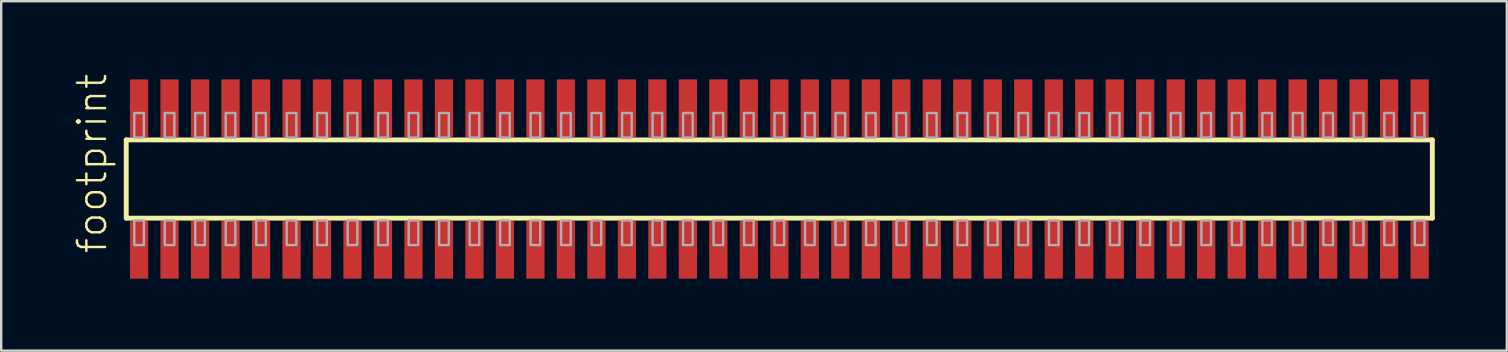
<source format=kicad_pcb>
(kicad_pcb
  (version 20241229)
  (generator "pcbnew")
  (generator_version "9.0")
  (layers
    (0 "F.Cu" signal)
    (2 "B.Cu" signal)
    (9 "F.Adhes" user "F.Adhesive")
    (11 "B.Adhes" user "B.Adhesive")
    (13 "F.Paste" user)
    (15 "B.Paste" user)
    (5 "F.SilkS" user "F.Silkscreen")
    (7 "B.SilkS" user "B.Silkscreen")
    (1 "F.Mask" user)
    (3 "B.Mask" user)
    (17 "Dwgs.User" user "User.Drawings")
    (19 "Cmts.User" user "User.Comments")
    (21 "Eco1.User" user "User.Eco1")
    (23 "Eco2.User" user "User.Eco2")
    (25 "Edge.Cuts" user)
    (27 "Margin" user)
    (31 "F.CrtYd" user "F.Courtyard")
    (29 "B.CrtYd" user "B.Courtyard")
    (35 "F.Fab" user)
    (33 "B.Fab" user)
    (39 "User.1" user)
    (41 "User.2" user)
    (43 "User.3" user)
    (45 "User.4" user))
  (footprint "footprint"
    (layer "F.Cu")
    (at 29.413 4.407)
    (property "Reference" "footprint" (at -27.94 3.175 90) (layer "F.SilkS") (effects (font (size 1.168 1.168) (thickness 0.102)) (justify left bottom)))
    (fp_line (start -27.205 -1.63) (end 27.2 -1.63) (stroke (width 0.203) (type solid)) (layer "F.SilkS"))
    (fp_line (start -27.205 1.63) (end -27.205 -1.63) (stroke (width 0.203) (type solid)) (layer "F.SilkS"))
    (fp_line (start 27.2 -1.63) (end 27.2 1.63) (stroke (width 0.203) (type solid)) (layer "F.SilkS"))
    (fp_line (start 27.2 1.63) (end -27.205 1.63) (stroke (width 0.203) (type solid)) (layer "F.SilkS"))
    (fp_poly (pts (xy -26.87 -1.725) (xy -26.47 -1.725) (xy -26.47 -2.75) (xy -26.87 -2.75)) (stroke (width 0.1) (type solid)) (fill no) (layer "F.Fab"))
    (fp_poly (pts (xy -26.47 1.725) (xy -26.87 1.725) (xy -26.87 2.75) (xy -26.47 2.75)) (stroke (width 0.1) (type solid)) (fill no) (layer "F.Fab"))
    (fp_poly (pts (xy -25.6 -1.725) (xy -25.2 -1.725) (xy -25.2 -2.75) (xy -25.6 -2.75)) (stroke (width 0.1) (type solid)) (fill no) (layer "F.Fab"))
    (fp_poly (pts (xy -25.2 1.725) (xy -25.6 1.725) (xy -25.6 2.75) (xy -25.2 2.75)) (stroke (width 0.1) (type solid)) (fill no) (layer "F.Fab"))
    (fp_poly (pts (xy -24.33 -1.725) (xy -23.93 -1.725) (xy -23.93 -2.75) (xy -24.33 -2.75)) (stroke (width 0.1) (type solid)) (fill no) (layer "F.Fab"))
    (fp_poly (pts (xy -23.93 1.725) (xy -24.33 1.725) (xy -24.33 2.75) (xy -23.93 2.75)) (stroke (width 0.1) (type solid)) (fill no) (layer "F.Fab"))
    (fp_poly (pts (xy -23.06 -1.725) (xy -22.66 -1.725) (xy -22.66 -2.75) (xy -23.06 -2.75)) (stroke (width 0.1) (type solid)) (fill no) (layer "F.Fab"))
    (fp_poly (pts (xy -22.66 1.725) (xy -23.06 1.725) (xy -23.06 2.75) (xy -22.66 2.75)) (stroke (width 0.1) (type solid)) (fill no) (layer "F.Fab"))
    (fp_poly (pts (xy -21.79 -1.725) (xy -21.39 -1.725) (xy -21.39 -2.75) (xy -21.79 -2.75)) (stroke (width 0.1) (type solid)) (fill no) (layer "F.Fab"))
    (fp_poly (pts (xy -21.39 1.725) (xy -21.79 1.725) (xy -21.79 2.75) (xy -21.39 2.75)) (stroke (width 0.1) (type solid)) (fill no) (layer "F.Fab"))
    (fp_poly (pts (xy -20.52 -1.725) (xy -20.12 -1.725) (xy -20.12 -2.75) (xy -20.52 -2.75)) (stroke (width 0.1) (type solid)) (fill no) (layer "F.Fab"))
    (fp_poly (pts (xy -20.12 1.725) (xy -20.52 1.725) (xy -20.52 2.75) (xy -20.12 2.75)) (stroke (width 0.1) (type solid)) (fill no) (layer "F.Fab"))
    (fp_poly (pts (xy -19.25 -1.725) (xy -18.85 -1.725) (xy -18.85 -2.75) (xy -19.25 -2.75)) (stroke (width 0.1) (type solid)) (fill no) (layer "F.Fab"))
    (fp_poly (pts (xy -18.85 1.725) (xy -19.25 1.725) (xy -19.25 2.75) (xy -18.85 2.75)) (stroke (width 0.1) (type solid)) (fill no) (layer "F.Fab"))
    (fp_poly (pts (xy -17.98 -1.725) (xy -17.58 -1.725) (xy -17.58 -2.75) (xy -17.98 -2.75)) (stroke (width 0.1) (type solid)) (fill no) (layer "F.Fab"))
    (fp_poly (pts (xy -17.58 1.725) (xy -17.98 1.725) (xy -17.98 2.75) (xy -17.58 2.75)) (stroke (width 0.1) (type solid)) (fill no) (layer "F.Fab"))
    (fp_poly (pts (xy -16.71 -1.725) (xy -16.31 -1.725) (xy -16.31 -2.75) (xy -16.71 -2.75)) (stroke (width 0.1) (type solid)) (fill no) (layer "F.Fab"))
    (fp_poly (pts (xy -16.31 1.725) (xy -16.71 1.725) (xy -16.71 2.75) (xy -16.31 2.75)) (stroke (width 0.1) (type solid)) (fill no) (layer "F.Fab"))
    (fp_poly (pts (xy -15.44 -1.725) (xy -15.04 -1.725) (xy -15.04 -2.75) (xy -15.44 -2.75)) (stroke (width 0.1) (type solid)) (fill no) (layer "F.Fab"))
    (fp_poly (pts (xy -15.04 1.725) (xy -15.44 1.725) (xy -15.44 2.75) (xy -15.04 2.75)) (stroke (width 0.1) (type solid)) (fill no) (layer "F.Fab"))
    (fp_poly (pts (xy -14.17 -1.725) (xy -13.77 -1.725) (xy -13.77 -2.75) (xy -14.17 -2.75)) (stroke (width 0.1) (type solid)) (fill no) (layer "F.Fab"))
    (fp_poly (pts (xy -13.77 1.725) (xy -14.17 1.725) (xy -14.17 2.75) (xy -13.77 2.75)) (stroke (width 0.1) (type solid)) (fill no) (layer "F.Fab"))
    (fp_poly (pts (xy -12.9 -1.725) (xy -12.5 -1.725) (xy -12.5 -2.75) (xy -12.9 -2.75)) (stroke (width 0.1) (type solid)) (fill no) (layer "F.Fab"))
    (fp_poly (pts (xy -12.5 1.725) (xy -12.9 1.725) (xy -12.9 2.75) (xy -12.5 2.75)) (stroke (width 0.1) (type solid)) (fill no) (layer "F.Fab"))
    (fp_poly (pts (xy -11.63 -1.725) (xy -11.23 -1.725) (xy -11.23 -2.75) (xy -11.63 -2.75)) (stroke (width 0.1) (type solid)) (fill no) (layer "F.Fab"))
    (fp_poly (pts (xy -11.23 1.725) (xy -11.63 1.725) (xy -11.63 2.75) (xy -11.23 2.75)) (stroke (width 0.1) (type solid)) (fill no) (layer "F.Fab"))
    (fp_poly (pts (xy -10.36 -1.725) (xy -9.96 -1.725) (xy -9.96 -2.75) (xy -10.36 -2.75)) (stroke (width 0.1) (type solid)) (fill no) (layer "F.Fab"))
    (fp_poly (pts (xy -9.96 1.725) (xy -10.36 1.725) (xy -10.36 2.75) (xy -9.96 2.75)) (stroke (width 0.1) (type solid)) (fill no) (layer "F.Fab"))
    (fp_poly (pts (xy -9.09 -1.725) (xy -8.69 -1.725) (xy -8.69 -2.75) (xy -9.09 -2.75)) (stroke (width 0.1) (type solid)) (fill no) (layer "F.Fab"))
    (fp_poly (pts (xy -8.69 1.725) (xy -9.09 1.725) (xy -9.09 2.75) (xy -8.69 2.75)) (stroke (width 0.1) (type solid)) (fill no) (layer "F.Fab"))
    (fp_poly (pts (xy -7.82 -1.725) (xy -7.42 -1.725) (xy -7.42 -2.75) (xy -7.82 -2.75)) (stroke (width 0.1) (type solid)) (fill no) (layer "F.Fab"))
    (fp_poly (pts (xy -7.42 1.725) (xy -7.82 1.725) (xy -7.82 2.75) (xy -7.42 2.75)) (stroke (width 0.1) (type solid)) (fill no) (layer "F.Fab"))
    (fp_poly (pts (xy -6.55 -1.725) (xy -6.15 -1.725) (xy -6.15 -2.75) (xy -6.55 -2.75)) (stroke (width 0.1) (type solid)) (fill no) (layer "F.Fab"))
    (fp_poly (pts (xy -6.15 1.725) (xy -6.55 1.725) (xy -6.55 2.75) (xy -6.15 2.75)) (stroke (width 0.1) (type solid)) (fill no) (layer "F.Fab"))
    (fp_poly (pts (xy -5.28 -1.725) (xy -4.88 -1.725) (xy -4.88 -2.75) (xy -5.28 -2.75)) (stroke (width 0.1) (type solid)) (fill no) (layer "F.Fab"))
    (fp_poly (pts (xy -4.88 1.725) (xy -5.28 1.725) (xy -5.28 2.75) (xy -4.88 2.75)) (stroke (width 0.1) (type solid)) (fill no) (layer "F.Fab"))
    (fp_poly (pts (xy -4.01 -1.725) (xy -3.61 -1.725) (xy -3.61 -2.75) (xy -4.01 -2.75)) (stroke (width 0.1) (type solid)) (fill no) (layer "F.Fab"))
    (fp_poly (pts (xy -3.61 1.725) (xy -4.01 1.725) (xy -4.01 2.75) (xy -3.61 2.75)) (stroke (width 0.1) (type solid)) (fill no) (layer "F.Fab"))
    (fp_poly (pts (xy -2.74 -1.725) (xy -2.34 -1.725) (xy -2.34 -2.75) (xy -2.74 -2.75)) (stroke (width 0.1) (type solid)) (fill no) (layer "F.Fab"))
    (fp_poly (pts (xy -2.34 1.725) (xy -2.74 1.725) (xy -2.74 2.75) (xy -2.34 2.75)) (stroke (width 0.1) (type solid)) (fill no) (layer "F.Fab"))
    (fp_poly (pts (xy -1.47 -1.725) (xy -1.07 -1.725) (xy -1.07 -2.75) (xy -1.47 -2.75)) (stroke (width 0.1) (type solid)) (fill no) (layer "F.Fab"))
    (fp_poly (pts (xy -1.07 1.725) (xy -1.47 1.725) (xy -1.47 2.75) (xy -1.07 2.75)) (stroke (width 0.1) (type solid)) (fill no) (layer "F.Fab"))
    (fp_poly (pts (xy -0.2 -1.725) (xy 0.2 -1.725) (xy 0.2 -2.75) (xy -0.2 -2.75)) (stroke (width 0.1) (type solid)) (fill no) (layer "F.Fab"))
    (fp_poly (pts (xy 0.2 1.725) (xy -0.2 1.725) (xy -0.2 2.75) (xy 0.2 2.75)) (stroke (width 0.1) (type solid)) (fill no) (layer "F.Fab"))
    (fp_poly (pts (xy 1.07 -1.725) (xy 1.47 -1.725) (xy 1.47 -2.75) (xy 1.07 -2.75)) (stroke (width 0.1) (type solid)) (fill no) (layer "F.Fab"))
    (fp_poly (pts (xy 1.47 1.725) (xy 1.07 1.725) (xy 1.07 2.75) (xy 1.47 2.75)) (stroke (width 0.1) (type solid)) (fill no) (layer "F.Fab"))
    (fp_poly (pts (xy 2.34 -1.725) (xy 2.74 -1.725) (xy 2.74 -2.75) (xy 2.34 -2.75)) (stroke (width 0.1) (type solid)) (fill no) (layer "F.Fab"))
    (fp_poly (pts (xy 2.74 1.725) (xy 2.34 1.725) (xy 2.34 2.75) (xy 2.74 2.75)) (stroke (width 0.1) (type solid)) (fill no) (layer "F.Fab"))
    (fp_poly (pts (xy 3.61 -1.725) (xy 4.01 -1.725) (xy 4.01 -2.75) (xy 3.61 -2.75)) (stroke (width 0.1) (type solid)) (fill no) (layer "F.Fab"))
    (fp_poly (pts (xy 4.01 1.725) (xy 3.61 1.725) (xy 3.61 2.75) (xy 4.01 2.75)) (stroke (width 0.1) (type solid)) (fill no) (layer "F.Fab"))
    (fp_poly (pts (xy 4.88 -1.725) (xy 5.28 -1.725) (xy 5.28 -2.75) (xy 4.88 -2.75)) (stroke (width 0.1) (type solid)) (fill no) (layer "F.Fab"))
    (fp_poly (pts (xy 5.28 1.725) (xy 4.88 1.725) (xy 4.88 2.75) (xy 5.28 2.75)) (stroke (width 0.1) (type solid)) (fill no) (layer "F.Fab"))
    (fp_poly (pts (xy 6.15 -1.725) (xy 6.55 -1.725) (xy 6.55 -2.75) (xy 6.15 -2.75)) (stroke (width 0.1) (type solid)) (fill no) (layer "F.Fab"))
    (fp_poly (pts (xy 6.55 1.725) (xy 6.15 1.725) (xy 6.15 2.75) (xy 6.55 2.75)) (stroke (width 0.1) (type solid)) (fill no) (layer "F.Fab"))
    (fp_poly (pts (xy 7.42 -1.725) (xy 7.82 -1.725) (xy 7.82 -2.75) (xy 7.42 -2.75)) (stroke (width 0.1) (type solid)) (fill no) (layer "F.Fab"))
    (fp_poly (pts (xy 7.82 1.725) (xy 7.42 1.725) (xy 7.42 2.75) (xy 7.82 2.75)) (stroke (width 0.1) (type solid)) (fill no) (layer "F.Fab"))
    (fp_poly (pts (xy 8.69 -1.725) (xy 9.09 -1.725) (xy 9.09 -2.75) (xy 8.69 -2.75)) (stroke (width 0.1) (type solid)) (fill no) (layer "F.Fab"))
    (fp_poly (pts (xy 9.09 1.725) (xy 8.69 1.725) (xy 8.69 2.75) (xy 9.09 2.75)) (stroke (width 0.1) (type solid)) (fill no) (layer "F.Fab"))
    (fp_poly (pts (xy 9.96 -1.725) (xy 10.36 -1.725) (xy 10.36 -2.75) (xy 9.96 -2.75)) (stroke (width 0.1) (type solid)) (fill no) (layer "F.Fab"))
    (fp_poly (pts (xy 10.36 1.725) (xy 9.96 1.725) (xy 9.96 2.75) (xy 10.36 2.75)) (stroke (width 0.1) (type solid)) (fill no) (layer "F.Fab"))
    (fp_poly (pts (xy 11.23 -1.725) (xy 11.63 -1.725) (xy 11.63 -2.75) (xy 11.23 -2.75)) (stroke (width 0.1) (type solid)) (fill no) (layer "F.Fab"))
    (fp_poly (pts (xy 11.63 1.725) (xy 11.23 1.725) (xy 11.23 2.75) (xy 11.63 2.75)) (stroke (width 0.1) (type solid)) (fill no) (layer "F.Fab"))
    (fp_poly (pts (xy 12.5 -1.725) (xy 12.9 -1.725) (xy 12.9 -2.75) (xy 12.5 -2.75)) (stroke (width 0.1) (type solid)) (fill no) (layer "F.Fab"))
    (fp_poly (pts (xy 12.9 1.725) (xy 12.5 1.725) (xy 12.5 2.75) (xy 12.9 2.75)) (stroke (width 0.1) (type solid)) (fill no) (layer "F.Fab"))
    (fp_poly (pts (xy 13.77 -1.725) (xy 14.17 -1.725) (xy 14.17 -2.75) (xy 13.77 -2.75)) (stroke (width 0.1) (type solid)) (fill no) (layer "F.Fab"))
    (fp_poly (pts (xy 14.17 1.725) (xy 13.77 1.725) (xy 13.77 2.75) (xy 14.17 2.75)) (stroke (width 0.1) (type solid)) (fill no) (layer "F.Fab"))
    (fp_poly (pts (xy 15.04 -1.725) (xy 15.44 -1.725) (xy 15.44 -2.75) (xy 15.04 -2.75)) (stroke (width 0.1) (type solid)) (fill no) (layer "F.Fab"))
    (fp_poly (pts (xy 15.44 1.725) (xy 15.04 1.725) (xy 15.04 2.75) (xy 15.44 2.75)) (stroke (width 0.1) (type solid)) (fill no) (layer "F.Fab"))
    (fp_poly (pts (xy 16.31 -1.725) (xy 16.71 -1.725) (xy 16.71 -2.75) (xy 16.31 -2.75)) (stroke (width 0.1) (type solid)) (fill no) (layer "F.Fab"))
    (fp_poly (pts (xy 16.71 1.725) (xy 16.31 1.725) (xy 16.31 2.75) (xy 16.71 2.75)) (stroke (width 0.1) (type solid)) (fill no) (layer "F.Fab"))
    (fp_poly (pts (xy 17.58 -1.725) (xy 17.98 -1.725) (xy 17.98 -2.75) (xy 17.58 -2.75)) (stroke (width 0.1) (type solid)) (fill no) (layer "F.Fab"))
    (fp_poly (pts (xy 17.98 1.725) (xy 17.58 1.725) (xy 17.58 2.75) (xy 17.98 2.75)) (stroke (width 0.1) (type solid)) (fill no) (layer "F.Fab"))
    (fp_poly (pts (xy 18.85 -1.725) (xy 19.25 -1.725) (xy 19.25 -2.75) (xy 18.85 -2.75)) (stroke (width 0.1) (type solid)) (fill no) (layer "F.Fab"))
    (fp_poly (pts (xy 19.25 1.725) (xy 18.85 1.725) (xy 18.85 2.75) (xy 19.25 2.75)) (stroke (width 0.1) (type solid)) (fill no) (layer "F.Fab"))
    (fp_poly (pts (xy 20.12 -1.725) (xy 20.52 -1.725) (xy 20.52 -2.75) (xy 20.12 -2.75)) (stroke (width 0.1) (type solid)) (fill no) (layer "F.Fab"))
    (fp_poly (pts (xy 20.52 1.725) (xy 20.12 1.725) (xy 20.12 2.75) (xy 20.52 2.75)) (stroke (width 0.1) (type solid)) (fill no) (layer "F.Fab"))
    (fp_poly (pts (xy 21.39 -1.725) (xy 21.79 -1.725) (xy 21.79 -2.75) (xy 21.39 -2.75)) (stroke (width 0.1) (type solid)) (fill no) (layer "F.Fab"))
    (fp_poly (pts (xy 21.79 1.725) (xy 21.39 1.725) (xy 21.39 2.75) (xy 21.79 2.75)) (stroke (width 0.1) (type solid)) (fill no) (layer "F.Fab"))
    (fp_poly (pts (xy 22.66 -1.725) (xy 23.06 -1.725) (xy 23.06 -2.75) (xy 22.66 -2.75)) (stroke (width 0.1) (type solid)) (fill no) (layer "F.Fab"))
    (fp_poly (pts (xy 23.06 1.725) (xy 22.66 1.725) (xy 22.66 2.75) (xy 23.06 2.75)) (stroke (width 0.1) (type solid)) (fill no) (layer "F.Fab"))
    (fp_poly (pts (xy 23.93 -1.725) (xy 24.33 -1.725) (xy 24.33 -2.75) (xy 23.93 -2.75)) (stroke (width 0.1) (type solid)) (fill no) (layer "F.Fab"))
    (fp_poly (pts (xy 24.33 1.725) (xy 23.93 1.725) (xy 23.93 2.75) (xy 24.33 2.75)) (stroke (width 0.1) (type solid)) (fill no) (layer "F.Fab"))
    (fp_poly (pts (xy 25.2 -1.725) (xy 25.6 -1.725) (xy 25.6 -2.75) (xy 25.2 -2.75)) (stroke (width 0.1) (type solid)) (fill no) (layer "F.Fab"))
    (fp_poly (pts (xy 25.6 1.725) (xy 25.2 1.725) (xy 25.2 2.75) (xy 25.6 2.75)) (stroke (width 0.1) (type solid)) (fill no) (layer "F.Fab"))
    (fp_poly (pts (xy 26.47 -1.725) (xy 26.87 -1.725) (xy 26.87 -2.75) (xy 26.47 -2.75)) (stroke (width 0.1) (type solid)) (fill no) (layer "F.Fab"))
    (fp_poly (pts (xy 26.87 1.725) (xy 26.47 1.725) (xy 26.47 2.75) (xy 26.87 2.75)) (stroke (width 0.1) (type solid)) (fill no) (layer "F.Fab"))
    (pad "1" smd rect (at -26.67 2.95) (size 0.76 2.4) (layers "F.Cu" "F.Mask" "F.Paste"))
    (pad "2" smd rect (at -26.67 -2.95) (size 0.76 2.4) (layers "F.Cu" "F.Mask" "F.Paste"))
    (pad "3" smd rect (at -25.4 2.95) (size 0.76 2.4) (layers "F.Cu" "F.Mask" "F.Paste"))
    (pad "4" smd rect (at -25.4 -2.95) (size 0.76 2.4) (layers "F.Cu" "F.Mask" "F.Paste"))
    (pad "5" smd rect (at -24.13 2.95) (size 0.76 2.4) (layers "F.Cu" "F.Mask" "F.Paste"))
    (pad "6" smd rect (at -24.13 -2.95) (size 0.76 2.4) (layers "F.Cu" "F.Mask" "F.Paste"))
    (pad "7" smd rect (at -22.86 2.95) (size 0.76 2.4) (layers "F.Cu" "F.Mask" "F.Paste"))
    (pad "8" smd rect (at -22.86 -2.95) (size 0.76 2.4) (layers "F.Cu" "F.Mask" "F.Paste"))
    (pad "9" smd rect (at -21.59 2.95) (size 0.76 2.4) (layers "F.Cu" "F.Mask" "F.Paste"))
    (pad "10" smd rect (at -21.59 -2.95) (size 0.76 2.4) (layers "F.Cu" "F.Mask" "F.Paste"))
    (pad "11" smd rect (at -20.32 2.95) (size 0.76 2.4) (layers "F.Cu" "F.Mask" "F.Paste"))
    (pad "12" smd rect (at -20.32 -2.95) (size 0.76 2.4) (layers "F.Cu" "F.Mask" "F.Paste"))
    (pad "13" smd rect (at -19.05 2.95) (size 0.76 2.4) (layers "F.Cu" "F.Mask" "F.Paste"))
    (pad "14" smd rect (at -19.05 -2.95) (size 0.76 2.4) (layers "F.Cu" "F.Mask" "F.Paste"))
    (pad "15" smd rect (at -17.78 2.95) (size 0.76 2.4) (layers "F.Cu" "F.Mask" "F.Paste"))
    (pad "16" smd rect (at -17.78 -2.95) (size 0.76 2.4) (layers "F.Cu" "F.Mask" "F.Paste"))
    (pad "17" smd rect (at -16.51 2.95) (size 0.76 2.4) (layers "F.Cu" "F.Mask" "F.Paste"))
    (pad "18" smd rect (at -16.51 -2.95) (size 0.76 2.4) (layers "F.Cu" "F.Mask" "F.Paste"))
    (pad "19" smd rect (at -15.24 2.95) (size 0.76 2.4) (layers "F.Cu" "F.Mask" "F.Paste"))
    (pad "20" smd rect (at -15.24 -2.95) (size 0.76 2.4) (layers "F.Cu" "F.Mask" "F.Paste"))
    (pad "21" smd rect (at -13.97 2.95) (size 0.76 2.4) (layers "F.Cu" "F.Mask" "F.Paste"))
    (pad "22" smd rect (at -13.97 -2.95) (size 0.76 2.4) (layers "F.Cu" "F.Mask" "F.Paste"))
    (pad "23" smd rect (at -12.7 2.95) (size 0.76 2.4) (layers "F.Cu" "F.Mask" "F.Paste"))
    (pad "24" smd rect (at -12.7 -2.95) (size 0.76 2.4) (layers "F.Cu" "F.Mask" "F.Paste"))
    (pad "25" smd rect (at -11.43 2.95) (size 0.76 2.4) (layers "F.Cu" "F.Mask" "F.Paste"))
    (pad "26" smd rect (at -11.43 -2.95) (size 0.76 2.4) (layers "F.Cu" "F.Mask" "F.Paste"))
    (pad "27" smd rect (at -10.16 2.95) (size 0.76 2.4) (layers "F.Cu" "F.Mask" "F.Paste"))
    (pad "28" smd rect (at -10.16 -2.95) (size 0.76 2.4) (layers "F.Cu" "F.Mask" "F.Paste"))
    (pad "29" smd rect (at -8.89 2.95) (size 0.76 2.4) (layers "F.Cu" "F.Mask" "F.Paste"))
    (pad "30" smd rect (at -8.89 -2.95) (size 0.76 2.4) (layers "F.Cu" "F.Mask" "F.Paste"))
    (pad "31" smd rect (at -7.62 2.95) (size 0.76 2.4) (layers "F.Cu" "F.Mask" "F.Paste"))
    (pad "32" smd rect (at -7.62 -2.95) (size 0.76 2.4) (layers "F.Cu" "F.Mask" "F.Paste"))
    (pad "33" smd rect (at -6.35 2.95) (size 0.76 2.4) (layers "F.Cu" "F.Mask" "F.Paste"))
    (pad "34" smd rect (at -6.35 -2.95) (size 0.76 2.4) (layers "F.Cu" "F.Mask" "F.Paste"))
    (pad "35" smd rect (at -5.08 2.95) (size 0.76 2.4) (layers "F.Cu" "F.Mask" "F.Paste"))
    (pad "36" smd rect (at -5.08 -2.95) (size 0.76 2.4) (layers "F.Cu" "F.Mask" "F.Paste"))
    (pad "37" smd rect (at -3.81 2.95) (size 0.76 2.4) (layers "F.Cu" "F.Mask" "F.Paste"))
    (pad "38" smd rect (at -3.81 -2.95) (size 0.76 2.4) (layers "F.Cu" "F.Mask" "F.Paste"))
    (pad "39" smd rect (at -2.54 2.95) (size 0.76 2.4) (layers "F.Cu" "F.Mask" "F.Paste"))
    (pad "40" smd rect (at -2.54 -2.95) (size 0.76 2.4) (layers "F.Cu" "F.Mask" "F.Paste"))
    (pad "41" smd rect (at -1.27 2.95) (size 0.76 2.4) (layers "F.Cu" "F.Mask" "F.Paste"))
    (pad "42" smd rect (at -1.27 -2.95) (size 0.76 2.4) (layers "F.Cu" "F.Mask" "F.Paste"))
    (pad "43" smd rect (at 0 2.95) (size 0.76 2.4) (layers "F.Cu" "F.Mask" "F.Paste"))
    (pad "44" smd rect (at 0 -2.95) (size 0.76 2.4) (layers "F.Cu" "F.Mask" "F.Paste"))
    (pad "45" smd rect (at 1.27 2.95) (size 0.76 2.4) (layers "F.Cu" "F.Mask" "F.Paste"))
    (pad "46" smd rect (at 1.27 -2.95) (size 0.76 2.4) (layers "F.Cu" "F.Mask" "F.Paste"))
    (pad "47" smd rect (at 2.54 2.95) (size 0.76 2.4) (layers "F.Cu" "F.Mask" "F.Paste"))
    (pad "48" smd rect (at 2.54 -2.95) (size 0.76 2.4) (layers "F.Cu" "F.Mask" "F.Paste"))
    (pad "49" smd rect (at 3.81 2.95) (size 0.76 2.4) (layers "F.Cu" "F.Mask" "F.Paste"))
    (pad "50" smd rect (at 3.81 -2.95) (size 0.76 2.4) (layers "F.Cu" "F.Mask" "F.Paste"))
    (pad "51" smd rect (at 5.08 2.95) (size 0.76 2.4) (layers "F.Cu" "F.Mask" "F.Paste"))
    (pad "52" smd rect (at 5.08 -2.95) (size 0.76 2.4) (layers "F.Cu" "F.Mask" "F.Paste"))
    (pad "53" smd rect (at 6.35 2.95) (size 0.76 2.4) (layers "F.Cu" "F.Mask" "F.Paste"))
    (pad "54" smd rect (at 6.35 -2.95) (size 0.76 2.4) (layers "F.Cu" "F.Mask" "F.Paste"))
    (pad "55" smd rect (at 7.62 2.95) (size 0.76 2.4) (layers "F.Cu" "F.Mask" "F.Paste"))
    (pad "56" smd rect (at 7.62 -2.95) (size 0.76 2.4) (layers "F.Cu" "F.Mask" "F.Paste"))
    (pad "57" smd rect (at 8.89 2.95) (size 0.76 2.4) (layers "F.Cu" "F.Mask" "F.Paste"))
    (pad "58" smd rect (at 8.89 -2.95) (size 0.76 2.4) (layers "F.Cu" "F.Mask" "F.Paste"))
    (pad "59" smd rect (at 10.16 2.95) (size 0.76 2.4) (layers "F.Cu" "F.Mask" "F.Paste"))
    (pad "60" smd rect (at 10.16 -2.95) (size 0.76 2.4) (layers "F.Cu" "F.Mask" "F.Paste"))
    (pad "61" smd rect (at 11.43 2.95) (size 0.76 2.4) (layers "F.Cu" "F.Mask" "F.Paste"))
    (pad "62" smd rect (at 11.43 -2.95) (size 0.76 2.4) (layers "F.Cu" "F.Mask" "F.Paste"))
    (pad "63" smd rect (at 12.7 2.95) (size 0.76 2.4) (layers "F.Cu" "F.Mask" "F.Paste"))
    (pad "64" smd rect (at 12.7 -2.95) (size 0.76 2.4) (layers "F.Cu" "F.Mask" "F.Paste"))
    (pad "65" smd rect (at 13.97 2.95) (size 0.76 2.4) (layers "F.Cu" "F.Mask" "F.Paste"))
    (pad "66" smd rect (at 13.97 -2.95) (size 0.76 2.4) (layers "F.Cu" "F.Mask" "F.Paste"))
    (pad "67" smd rect (at 15.24 2.95) (size 0.76 2.4) (layers "F.Cu" "F.Mask" "F.Paste"))
    (pad "68" smd rect (at 15.24 -2.95) (size 0.76 2.4) (layers "F.Cu" "F.Mask" "F.Paste"))
    (pad "69" smd rect (at 16.51 2.95) (size 0.76 2.4) (layers "F.Cu" "F.Mask" "F.Paste"))
    (pad "70" smd rect (at 16.51 -2.95) (size 0.76 2.4) (layers "F.Cu" "F.Mask" "F.Paste"))
    (pad "71" smd rect (at 17.78 2.95) (size 0.76 2.4) (layers "F.Cu" "F.Mask" "F.Paste"))
    (pad "72" smd rect (at 17.78 -2.95) (size 0.76 2.4) (layers "F.Cu" "F.Mask" "F.Paste"))
    (pad "73" smd rect (at 19.05 2.95) (size 0.76 2.4) (layers "F.Cu" "F.Mask" "F.Paste"))
    (pad "74" smd rect (at 19.05 -2.95) (size 0.76 2.4) (layers "F.Cu" "F.Mask" "F.Paste"))
    (pad "75" smd rect (at 20.32 2.95) (size 0.76 2.4) (layers "F.Cu" "F.Mask" "F.Paste"))
    (pad "76" smd rect (at 20.32 -2.95) (size 0.76 2.4) (layers "F.Cu" "F.Mask" "F.Paste"))
    (pad "77" smd rect (at 21.59 2.95) (size 0.76 2.4) (layers "F.Cu" "F.Mask" "F.Paste"))
    (pad "78" smd rect (at 21.59 -2.95) (size 0.76 2.4) (layers "F.Cu" "F.Mask" "F.Paste"))
    (pad "79" smd rect (at 22.86 2.95) (size 0.76 2.4) (layers "F.Cu" "F.Mask" "F.Paste"))
    (pad "80" smd rect (at 22.86 -2.95) (size 0.76 2.4) (layers "F.Cu" "F.Mask" "F.Paste"))
    (pad "81" smd rect (at 24.13 2.95) (size 0.76 2.4) (layers "F.Cu" "F.Mask" "F.Paste"))
    (pad "82" smd rect (at 24.13 -2.95) (size 0.76 2.4) (layers "F.Cu" "F.Mask" "F.Paste"))
    (pad "83" smd rect (at 25.4 2.95) (size 0.76 2.4) (layers "F.Cu" "F.Mask" "F.Paste"))
    (pad "84" smd rect (at 25.4 -2.95) (size 0.76 2.4) (layers "F.Cu" "F.Mask" "F.Paste"))
    (pad "85" smd rect (at 26.67 2.95) (size 0.76 2.4) (layers "F.Cu" "F.Mask" "F.Paste"))
    (pad "86" smd rect (at 26.67 -2.95) (size 0.76 2.4) (layers "F.Cu" "F.Mask" "F.Paste")))
  (gr_rect
    (start -3 -3)
    (end 59.715 11.557)
    (stroke (width 0.1) (type default))
    (fill no)
    (layer "Edge.Cuts")))
</source>
